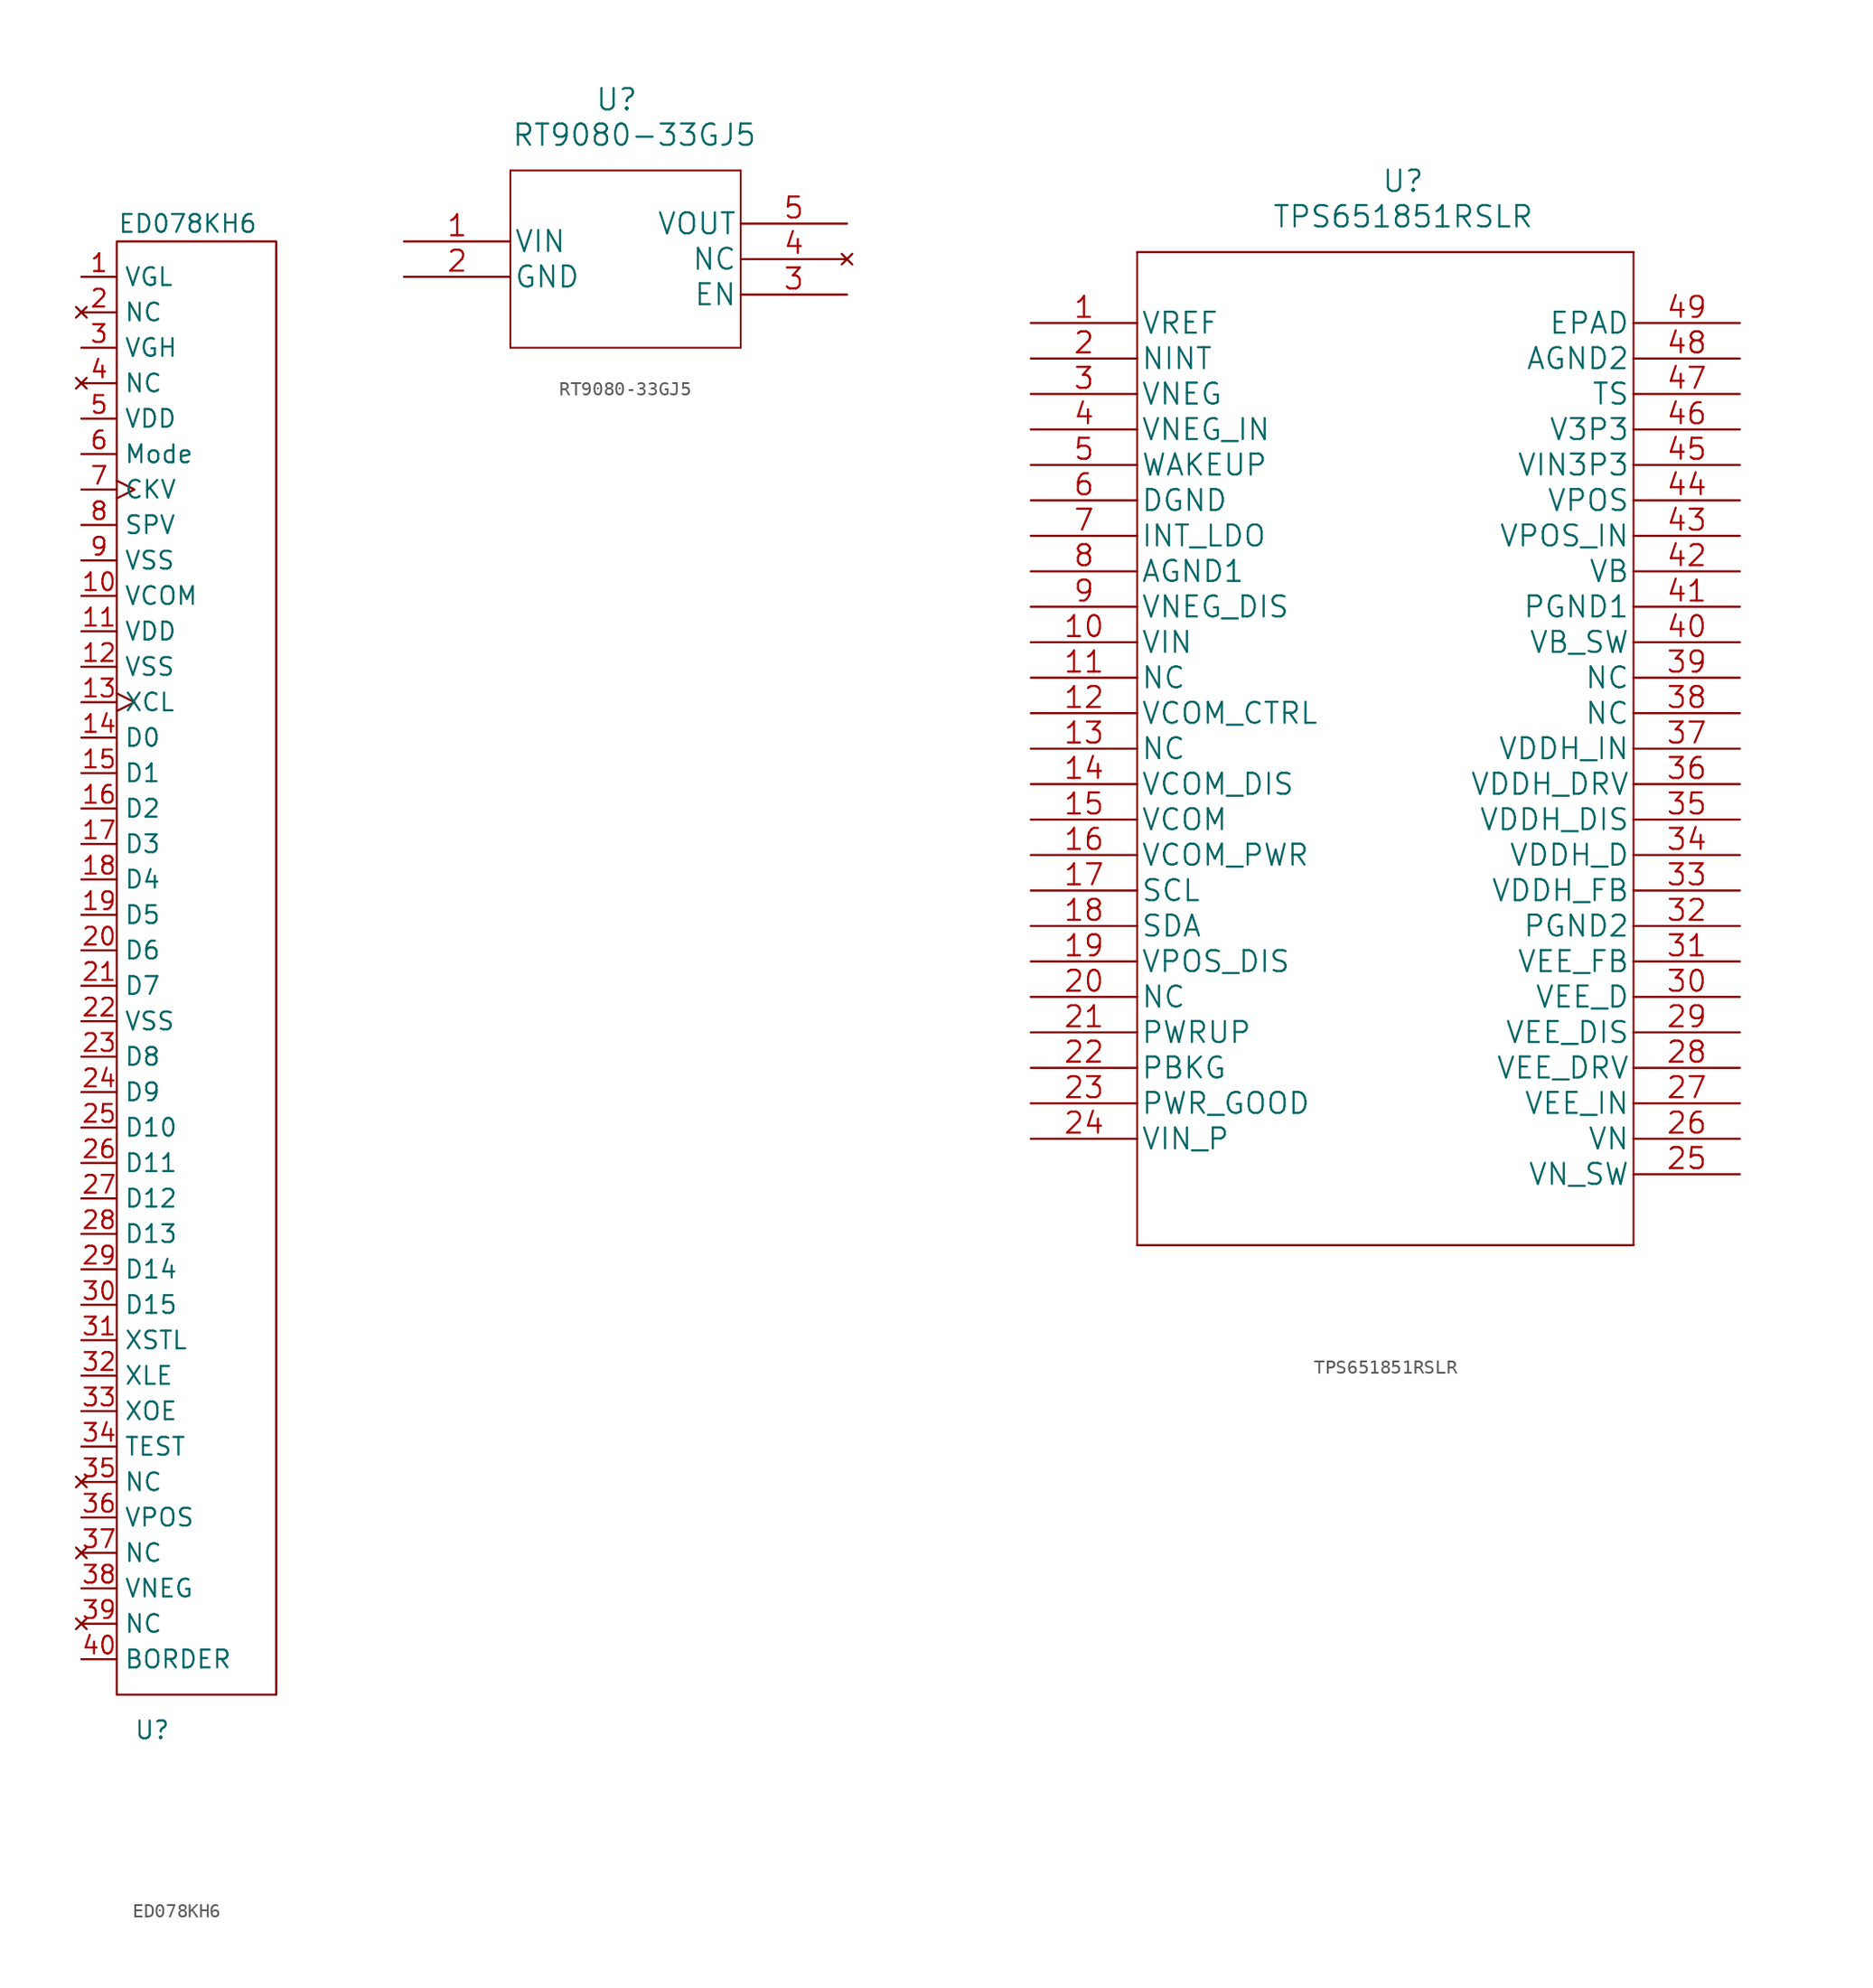
<source format=kicad_sym>
(kicad_symbol_lib
  (version 20211014)
  (generator kicad_symbol_editor)
  (symbol "ED078KH6"
    (property "Reference" "U"
      (at 5.08 -104.14 0)
      (effects (font (size 1.27 1.27))))
    (property "Value" "ED078KH6"
      (at 7.62 3.81 0)
      (effects (font (size 1.27 1.27))))
    (symbol "ED078KH6_0_0"
      (pin power_in line (at 0 0 0) (length 2.54) (name "VGL" (effects (font (size 1.27 1.27)))) (number "1" (effects (font (size 1.27 1.27)))))
      (pin power_in line (at 0 -22.86 0) (length 2.54) (name "VCOM" (effects (font (size 1.27 1.27)))) (number "10" (effects (font (size 1.27 1.27)))))
      (pin power_in line (at 0 -25.4 0) (length 2.54) (name "VDD" (effects (font (size 1.27 1.27)))) (number "11" (effects (font (size 1.27 1.27)))))
      (pin power_in line (at 0 -27.94 0) (length 2.54) (name "VSS" (effects (font (size 1.27 1.27)))) (number "12" (effects (font (size 1.27 1.27)))))
      (pin input clock (at 0 -30.48 0) (length 2.54) (name "XCL" (effects (font (size 1.27 1.27)))) (number "13" (effects (font (size 1.27 1.27)))))
      (pin input line (at 0 -33.02 0) (length 2.54) (name "D0" (effects (font (size 1.27 1.27)))) (number "14" (effects (font (size 1.27 1.27)))))
      (pin input line (at 0 -35.56 0) (length 2.54) (name "D1" (effects (font (size 1.27 1.27)))) (number "15" (effects (font (size 1.27 1.27)))))
      (pin input line (at 0 -38.1 0) (length 2.54) (name "D2" (effects (font (size 1.27 1.27)))) (number "16" (effects (font (size 1.27 1.27)))))
      (pin input line (at 0 -40.64 0) (length 2.54) (name "D3" (effects (font (size 1.27 1.27)))) (number "17" (effects (font (size 1.27 1.27)))))
      (pin input line (at 0 -43.18 0) (length 2.54) (name "D4" (effects (font (size 1.27 1.27)))) (number "18" (effects (font (size 1.27 1.27)))))
      (pin input line (at 0 -45.72 0) (length 2.54) (name "D5" (effects (font (size 1.27 1.27)))) (number "19" (effects (font (size 1.27 1.27)))))
      (pin no_connect line (at 0 -2.54 0) (length 2.54) (name "NC" (effects (font (size 1.27 1.27)))) (number "2" (effects (font (size 1.27 1.27)))))
      (pin input line (at 0 -48.26 0) (length 2.54) (name "D6" (effects (font (size 1.27 1.27)))) (number "20" (effects (font (size 1.27 1.27)))))
      (pin input line (at 0 -50.8 0) (length 2.54) (name "D7" (effects (font (size 1.27 1.27)))) (number "21" (effects (font (size 1.27 1.27)))))
      (pin power_in line (at 0 -53.34 0) (length 2.54) (name "VSS" (effects (font (size 1.27 1.27)))) (number "22" (effects (font (size 1.27 1.27)))))
      (pin input line (at 0 -55.88 0) (length 2.54) (name "D8" (effects (font (size 1.27 1.27)))) (number "23" (effects (font (size 1.27 1.27)))))
      (pin input line (at 0 -58.42 0) (length 2.54) (name "D9" (effects (font (size 1.27 1.27)))) (number "24" (effects (font (size 1.27 1.27)))))
      (pin input line (at 0 -60.96 0) (length 2.54) (name "D10" (effects (font (size 1.27 1.27)))) (number "25" (effects (font (size 1.27 1.27)))))
      (pin input line (at 0 -63.5 0) (length 2.54) (name "D11" (effects (font (size 1.27 1.27)))) (number "26" (effects (font (size 1.27 1.27)))))
      (pin input line (at 0 -66.04 0) (length 2.54) (name "D12" (effects (font (size 1.27 1.27)))) (number "27" (effects (font (size 1.27 1.27)))))
      (pin input line (at 0 -68.58 0) (length 2.54) (name "D13" (effects (font (size 1.27 1.27)))) (number "28" (effects (font (size 1.27 1.27)))))
      (pin input line (at 0 -71.12 0) (length 2.54) (name "D14" (effects (font (size 1.27 1.27)))) (number "29" (effects (font (size 1.27 1.27)))))
      (pin power_in line (at 0 -5.08 0) (length 2.54) (name "VGH" (effects (font (size 1.27 1.27)))) (number "3" (effects (font (size 1.27 1.27)))))
      (pin input line (at 0 -73.66 0) (length 2.54) (name "D15" (effects (font (size 1.27 1.27)))) (number "30" (effects (font (size 1.27 1.27)))))
      (pin input line (at 0 -76.2 0) (length 2.54) (name "XSTL" (effects (font (size 1.27 1.27)))) (number "31" (effects (font (size 1.27 1.27)))))
      (pin input line (at 0 -78.74 0) (length 2.54) (name "XLE" (effects (font (size 1.27 1.27)))) (number "32" (effects (font (size 1.27 1.27)))))
      (pin input line (at 0 -81.28 0) (length 2.54) (name "XOE" (effects (font (size 1.27 1.27)))) (number "33" (effects (font (size 1.27 1.27)))))
      (pin input line (at 0 -83.82 0) (length 2.54) (name "TEST" (effects (font (size 1.27 1.27)))) (number "34" (effects (font (size 1.27 1.27)))))
      (pin no_connect line (at 0 -86.36 0) (length 2.54) (name "NC" (effects (font (size 1.27 1.27)))) (number "35" (effects (font (size 1.27 1.27)))))
      (pin power_in line (at 0 -88.9 0) (length 2.54) (name "VPOS" (effects (font (size 1.27 1.27)))) (number "36" (effects (font (size 1.27 1.27)))))
      (pin no_connect line (at 0 -91.44 0) (length 2.54) (name "NC" (effects (font (size 1.27 1.27)))) (number "37" (effects (font (size 1.27 1.27)))))
      (pin power_in line (at 0 -93.98 0) (length 2.54) (name "VNEG" (effects (font (size 1.27 1.27)))) (number "38" (effects (font (size 1.27 1.27)))))
      (pin no_connect line (at 0 -96.52 0) (length 2.54) (name "NC" (effects (font (size 1.27 1.27)))) (number "39" (effects (font (size 1.27 1.27)))))
      (pin no_connect line (at 0 -7.62 0) (length 2.54) (name "NC" (effects (font (size 1.27 1.27)))) (number "4" (effects (font (size 1.27 1.27)))))
      (pin power_in line (at 0 -99.06 0) (length 2.54) (name "BORDER" (effects (font (size 1.27 1.27)))) (number "40" (effects (font (size 1.27 1.27)))))
      (pin power_in line (at 0 -10.16 0) (length 2.54) (name "VDD" (effects (font (size 1.27 1.27)))) (number "5" (effects (font (size 1.27 1.27)))))
      (pin input line (at 0 -12.7 0) (length 2.54) (name "Mode" (effects (font (size 1.27 1.27)))) (number "6" (effects (font (size 1.27 1.27)))))
      (pin input clock (at 0 -15.24 0) (length 2.54) (name "CKV" (effects (font (size 1.27 1.27)))) (number "7" (effects (font (size 1.27 1.27)))))
      (pin input line (at 0 -17.78 0) (length 2.54) (name "SPV" (effects (font (size 1.27 1.27)))) (number "8" (effects (font (size 1.27 1.27)))))
      (pin power_in line (at 0 -20.32 0) (length 2.54) (name "VSS" (effects (font (size 1.27 1.27)))) (number "9" (effects (font (size 1.27 1.27))))))
    (symbol "ED078KH6_0_1"
      (rectangle (start 2.54 2.54) (end 13.97 -101.6) (stroke (width 0.152) (type default) (color 0 0 0 0)) (fill (type none)))))
  (symbol "RT9080-33GJ5"
    (pin_names
      (offset 0.254))
    (property "Reference" "U"
      (at 15.24 10.16 0)
      (effects (font (size 1.524 1.524))))
    (property "Value" "RT9080-33GJ5"
      (at 16.51 7.62 0)
      (effects (font (size 1.524 1.524))))
    (property "Datasheet" ""
      (at 0 0 0)
      (effects (font (size 1.524 1.524))))
    (property "ki_locked" ""
      (at 0 0 0)
      (effects (font (size 1.27 1.27))))
    (symbol "RT9080-33GJ5_1_1"
      (polyline (pts (xy 7.62 -7.62) (xy 24.13 -7.62)) (stroke (width 0.127) (type default) (color 0 0 0 0)) (fill (type none)))
      (polyline (pts (xy 7.62 5.08) (xy 7.62 -7.62)) (stroke (width 0.127) (type default) (color 0 0 0 0)) (fill (type none)))
      (polyline (pts (xy 24.13 -7.62) (xy 24.13 5.08)) (stroke (width 0.127) (type default) (color 0 0 0 0)) (fill (type none)))
      (polyline (pts (xy 24.13 5.08) (xy 7.62 5.08)) (stroke (width 0.127) (type default) (color 0 0 0 0)) (fill (type none)))
      (pin power_in line (at 0 0 0) (length 7.62) (name "VIN" (effects (font (size 1.499 1.499)))) (number "1" (effects (font (size 1.499 1.499)))))
      (pin power_in line (at 0 -2.54 0) (length 7.62) (name "GND" (effects (font (size 1.499 1.499)))) (number "2" (effects (font (size 1.499 1.499)))))
      (pin input line (at 31.75 -3.81 180) (length 7.62) (name "EN" (effects (font (size 1.499 1.499)))) (number "3" (effects (font (size 1.499 1.499)))))
      (pin no_connect line (at 31.75 -1.27 180) (length 7.62) (name "NC" (effects (font (size 1.499 1.499)))) (number "4" (effects (font (size 1.499 1.499)))))
      (pin power_out line (at 31.75 1.27 180) (length 7.62) (name "VOUT" (effects (font (size 1.499 1.499)))) (number "5" (effects (font (size 1.499 1.499)))))))
  (symbol "TPS651851RSLR"
    (pin_names
      (offset 0.254))
    (property "Reference" "U"
      (at 26.67 10.16 0)
      (effects (font (size 1.524 1.524))))
    (property "Value" "TPS651851RSLR"
      (at 26.67 7.62 0)
      (effects (font (size 1.524 1.524))))
    (property "Datasheet" ""
      (at 0 0 0)
      (effects (font (size 1.524 1.524))))
    (property "ki_locked" ""
      (at 0 0 0)
      (effects (font (size 1.27 1.27))))
    (symbol "TPS651851RSLR_1_1"
      (polyline (pts (xy 7.62 5.08) (xy 7.62 -66.04)) (stroke (width 0.127) (type default) (color 0 0 0 0)) (fill (type none)))
      (polyline (pts (xy 43.18 -66.04) (xy 43.18 5.08)) (stroke (width 0.127) (type default) (color 0 0 0 0)) (fill (type none)))
      (polyline (pts (xy 43.18 5.08) (xy 7.62 5.08)) (stroke (width 0) (type default) (color 0 0 0 0)) (fill (type none)))
      (rectangle (start 7.62 -66.04) (end 43.18 -66.04) (stroke (width 0) (type default) (color 0 0 0 0)) (fill (type none)))
      (pin output line (at 0 0 0) (length 7.62) (name "VREF" (effects (font (size 1.499 1.499)))) (number "1" (effects (font (size 1.499 1.499)))))
      (pin input line (at 0 -22.86 0) (length 7.62) (name "VIN" (effects (font (size 1.499 1.499)))) (number "10" (effects (font (size 1.499 1.499)))))
      (pin unspecified line (at 0 -25.4 0) (length 7.62) (name "NC" (effects (font (size 1.499 1.499)))) (number "11" (effects (font (size 1.499 1.499)))))
      (pin input line (at 0 -27.94 0) (length 7.62) (name "VCOM_CTRL" (effects (font (size 1.499 1.499)))) (number "12" (effects (font (size 1.499 1.499)))))
      (pin unspecified line (at 0 -30.48 0) (length 7.62) (name "NC" (effects (font (size 1.499 1.499)))) (number "13" (effects (font (size 1.499 1.499)))))
      (pin power_in line (at 0 -33.02 0) (length 7.62) (name "VCOM_DIS" (effects (font (size 1.499 1.499)))) (number "14" (effects (font (size 1.499 1.499)))))
      (pin power_out line (at 0 -35.56 0) (length 7.62) (name "VCOM" (effects (font (size 1.499 1.499)))) (number "15" (effects (font (size 1.499 1.499)))))
      (pin input line (at 0 -38.1 0) (length 7.62) (name "VCOM_PWR" (effects (font (size 1.499 1.499)))) (number "16" (effects (font (size 1.499 1.499)))))
      (pin input line (at 0 -40.64 0) (length 7.62) (name "SCL" (effects (font (size 1.499 1.499)))) (number "17" (effects (font (size 1.499 1.499)))))
      (pin bidirectional line (at 0 -43.18 0) (length 7.62) (name "SDA" (effects (font (size 1.499 1.499)))) (number "18" (effects (font (size 1.499 1.499)))))
      (pin power_in line (at 0 -45.72 0) (length 7.62) (name "VPOS_DIS" (effects (font (size 1.499 1.499)))) (number "19" (effects (font (size 1.499 1.499)))))
      (pin output line (at 0 -2.54 0) (length 7.62) (name "NINT" (effects (font (size 1.499 1.499)))) (number "2" (effects (font (size 1.499 1.499)))))
      (pin unspecified line (at 0 -48.26 0) (length 7.62) (name "NC" (effects (font (size 1.499 1.499)))) (number "20" (effects (font (size 1.499 1.499)))))
      (pin input line (at 0 -50.8 0) (length 7.62) (name "PWRUP" (effects (font (size 1.499 1.499)))) (number "21" (effects (font (size 1.499 1.499)))))
      (pin passive line (at 0 -53.34 0) (length 7.62) (name "PBKG" (effects (font (size 1.499 1.499)))) (number "22" (effects (font (size 1.499 1.499)))))
      (pin output line (at 0 -55.88 0) (length 7.62) (name "PWR_GOOD" (effects (font (size 1.499 1.499)))) (number "23" (effects (font (size 1.499 1.499)))))
      (pin input line (at 0 -58.42 0) (length 7.62) (name "VIN_P" (effects (font (size 1.499 1.499)))) (number "24" (effects (font (size 1.499 1.499)))))
      (pin output line (at 50.8 -60.96 180) (length 7.62) (name "VN_SW" (effects (font (size 1.499 1.499)))) (number "25" (effects (font (size 1.499 1.499)))))
      (pin input line (at 50.8 -58.42 180) (length 7.62) (name "VN" (effects (font (size 1.499 1.499)))) (number "26" (effects (font (size 1.499 1.499)))))
      (pin input line (at 50.8 -55.88 180) (length 7.62) (name "VEE_IN" (effects (font (size 1.499 1.499)))) (number "27" (effects (font (size 1.499 1.499)))))
      (pin output line (at 50.8 -53.34 180) (length 7.62) (name "VEE_DRV" (effects (font (size 1.499 1.499)))) (number "28" (effects (font (size 1.499 1.499)))))
      (pin input line (at 50.8 -50.8 180) (length 7.62) (name "VEE_DIS" (effects (font (size 1.499 1.499)))) (number "29" (effects (font (size 1.499 1.499)))))
      (pin power_out line (at 0 -5.08 0) (length 7.62) (name "VNEG" (effects (font (size 1.499 1.499)))) (number "3" (effects (font (size 1.499 1.499)))))
      (pin output line (at 50.8 -48.26 180) (length 7.62) (name "VEE_D" (effects (font (size 1.499 1.499)))) (number "30" (effects (font (size 1.499 1.499)))))
      (pin input line (at 50.8 -45.72 180) (length 7.62) (name "VEE_FB" (effects (font (size 1.499 1.499)))) (number "31" (effects (font (size 1.499 1.499)))))
      (pin power_in line (at 50.8 -43.18 180) (length 7.62) (name "PGND2" (effects (font (size 1.499 1.499)))) (number "32" (effects (font (size 1.499 1.499)))))
      (pin input line (at 50.8 -40.64 180) (length 7.62) (name "VDDH_FB" (effects (font (size 1.499 1.499)))) (number "33" (effects (font (size 1.499 1.499)))))
      (pin output line (at 50.8 -38.1 180) (length 7.62) (name "VDDH_D" (effects (font (size 1.499 1.499)))) (number "34" (effects (font (size 1.499 1.499)))))
      (pin input line (at 50.8 -35.56 180) (length 7.62) (name "VDDH_DIS" (effects (font (size 1.499 1.499)))) (number "35" (effects (font (size 1.499 1.499)))))
      (pin output line (at 50.8 -33.02 180) (length 7.62) (name "VDDH_DRV" (effects (font (size 1.499 1.499)))) (number "36" (effects (font (size 1.499 1.499)))))
      (pin input line (at 50.8 -30.48 180) (length 7.62) (name "VDDH_IN" (effects (font (size 1.499 1.499)))) (number "37" (effects (font (size 1.499 1.499)))))
      (pin unspecified line (at 50.8 -27.94 180) (length 7.62) (name "NC" (effects (font (size 1.499 1.499)))) (number "38" (effects (font (size 1.499 1.499)))))
      (pin unspecified line (at 50.8 -25.4 180) (length 7.62) (name "NC" (effects (font (size 1.499 1.499)))) (number "39" (effects (font (size 1.499 1.499)))))
      (pin input line (at 0 -7.62 0) (length 7.62) (name "VNEG_IN" (effects (font (size 1.499 1.499)))) (number "4" (effects (font (size 1.499 1.499)))))
      (pin output line (at 50.8 -22.86 180) (length 7.62) (name "VB_SW" (effects (font (size 1.499 1.499)))) (number "40" (effects (font (size 1.499 1.499)))))
      (pin power_in line (at 50.8 -20.32 180) (length 7.62) (name "PGND1" (effects (font (size 1.499 1.499)))) (number "41" (effects (font (size 1.499 1.499)))))
      (pin input line (at 50.8 -17.78 180) (length 7.62) (name "VB" (effects (font (size 1.499 1.499)))) (number "42" (effects (font (size 1.499 1.499)))))
      (pin input line (at 50.8 -15.24 180) (length 7.62) (name "VPOS_IN" (effects (font (size 1.499 1.499)))) (number "43" (effects (font (size 1.499 1.499)))))
      (pin power_out line (at 50.8 -12.7 180) (length 7.62) (name "VPOS" (effects (font (size 1.499 1.499)))) (number "44" (effects (font (size 1.499 1.499)))))
      (pin power_in line (at 50.8 -10.16 180) (length 7.62) (name "VIN3P3" (effects (font (size 1.499 1.499)))) (number "45" (effects (font (size 1.499 1.499)))))
      (pin power_out line (at 50.8 -7.62 180) (length 7.62) (name "V3P3" (effects (font (size 1.499 1.499)))) (number "46" (effects (font (size 1.499 1.499)))))
      (pin input line (at 50.8 -5.08 180) (length 7.62) (name "TS" (effects (font (size 1.499 1.499)))) (number "47" (effects (font (size 1.499 1.499)))))
      (pin power_in line (at 50.8 -2.54 180) (length 7.62) (name "AGND2" (effects (font (size 1.499 1.499)))) (number "48" (effects (font (size 1.499 1.499)))))
      (pin passive line (at 50.8 0 180) (length 7.62) (name "EPAD" (effects (font (size 1.499 1.499)))) (number "49" (effects (font (size 1.499 1.499)))))
      (pin input line (at 0 -10.16 0) (length 7.62) (name "WAKEUP" (effects (font (size 1.499 1.499)))) (number "5" (effects (font (size 1.499 1.499)))))
      (pin power_in line (at 0 -12.7 0) (length 7.62) (name "DGND" (effects (font (size 1.499 1.499)))) (number "6" (effects (font (size 1.499 1.499)))))
      (pin output line (at 0 -15.24 0) (length 7.62) (name "INT_LDO" (effects (font (size 1.499 1.499)))) (number "7" (effects (font (size 1.499 1.499)))))
      (pin power_in line (at 0 -17.78 0) (length 7.62) (name "AGND1" (effects (font (size 1.499 1.499)))) (number "8" (effects (font (size 1.499 1.499)))))
      (pin power_in line (at 0 -20.32 0) (length 7.62) (name "VNEG_DIS" (effects (font (size 1.499 1.499)))) (number "9" (effects (font (size 1.499 1.499))))))))
</source>
